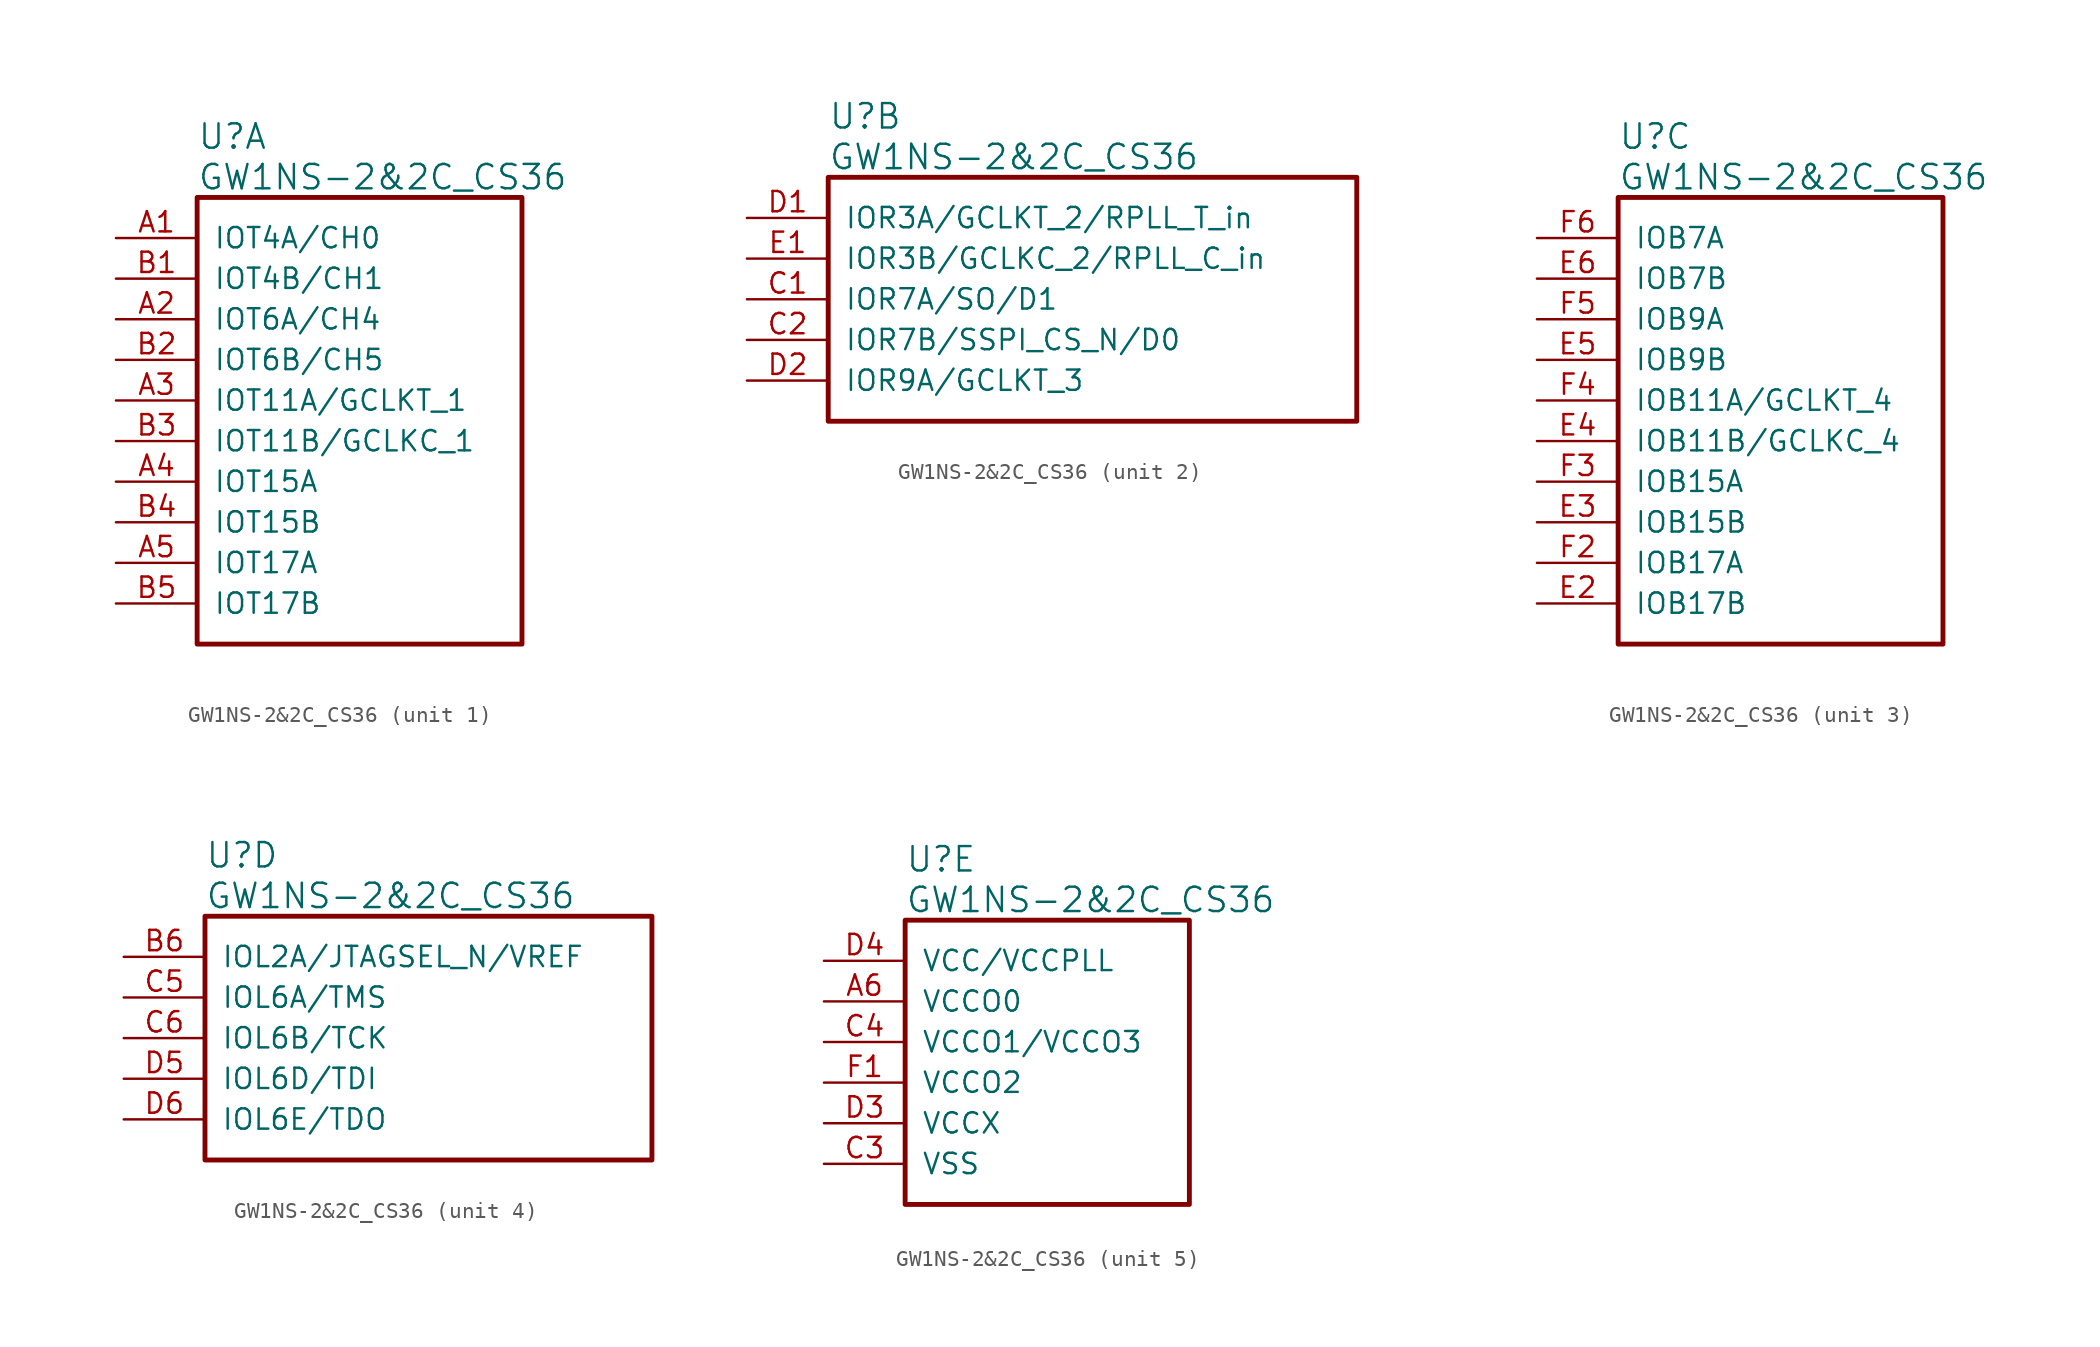
<source format=kicad_sym>
(kicad_symbol_lib
  (version 20220914)
  (generator kicad_symbol_editor)
  (symbol "GW1NS-2&2C_CS36"
    (pin_names
      (offset 1.016))
    (property "Reference" "U"
      (at 5.08 6.35 0)
      (effects (font (size 1.524 1.524)) (justify left)))
    (property "Value" "GW1NS-2&2C_CS36"
      (at 5.08 3.81 0)
      (effects (font (size 1.524 1.524)) (justify left)))
    (property "ki_locked" ""
      (at 0 0 0)
      (effects (font (size 1.27 1.27))))
    (symbol "GW1NS-2&2C_CS36_1_1"
      (rectangle (start 5.08 2.54) (end 25.4 -25.4) (stroke (width 0.305) (type solid)) (fill (type none)))
      (pin bidirectional line (at 0 0 0) (length 5.08) (name "IOT4A/CH0" (effects (font (size 1.27 1.27)))) (number "A1" (effects (font (size 1.27 1.27)))))
      (pin bidirectional line (at 0 -5.08 0) (length 5.08) (name "IOT6A/CH4" (effects (font (size 1.27 1.27)))) (number "A2" (effects (font (size 1.27 1.27)))))
      (pin bidirectional line (at 0 -10.16 0) (length 5.08) (name "IOT11A/GCLKT_1" (effects (font (size 1.27 1.27)))) (number "A3" (effects (font (size 1.27 1.27)))))
      (pin bidirectional line (at 0 -15.24 0) (length 5.08) (name "IOT15A" (effects (font (size 1.27 1.27)))) (number "A4" (effects (font (size 1.27 1.27)))))
      (pin bidirectional line (at 0 -20.32 0) (length 5.08) (name "IOT17A" (effects (font (size 1.27 1.27)))) (number "A5" (effects (font (size 1.27 1.27)))))
      (pin bidirectional line (at 0 -2.54 0) (length 5.08) (name "IOT4B/CH1" (effects (font (size 1.27 1.27)))) (number "B1" (effects (font (size 1.27 1.27)))))
      (pin bidirectional line (at 0 -7.62 0) (length 5.08) (name "IOT6B/CH5" (effects (font (size 1.27 1.27)))) (number "B2" (effects (font (size 1.27 1.27)))))
      (pin bidirectional line (at 0 -12.7 0) (length 5.08) (name "IOT11B/GCLKC_1" (effects (font (size 1.27 1.27)))) (number "B3" (effects (font (size 1.27 1.27)))))
      (pin bidirectional line (at 0 -17.78 0) (length 5.08) (name "IOT15B" (effects (font (size 1.27 1.27)))) (number "B4" (effects (font (size 1.27 1.27)))))
      (pin bidirectional line (at 0 -22.86 0) (length 5.08) (name "IOT17B" (effects (font (size 1.27 1.27)))) (number "B5" (effects (font (size 1.27 1.27))))))
    (symbol "GW1NS-2&2C_CS36_2_1"
      (rectangle (start 5.08 2.54) (end 38.1 -12.7) (stroke (width 0.305) (type solid)) (fill (type none)))
      (pin bidirectional line (at 0 -5.08 0) (length 5.08) (name "IOR7A/SO/D1" (effects (font (size 1.27 1.27)))) (number "C1" (effects (font (size 1.27 1.27)))))
      (pin bidirectional line (at 0 -7.62 0) (length 5.08) (name "IOR7B/SSPI_CS_N/D0" (effects (font (size 1.27 1.27)))) (number "C2" (effects (font (size 1.27 1.27)))))
      (pin bidirectional line (at 0 0 0) (length 5.08) (name "IOR3A/GCLKT_2/RPLL_T_in" (effects (font (size 1.27 1.27)))) (number "D1" (effects (font (size 1.27 1.27)))))
      (pin bidirectional line (at 0 -10.16 0) (length 5.08) (name "IOR9A/GCLKT_3" (effects (font (size 1.27 1.27)))) (number "D2" (effects (font (size 1.27 1.27)))))
      (pin bidirectional line (at 0 -2.54 0) (length 5.08) (name "IOR3B/GCLKC_2/RPLL_C_in" (effects (font (size 1.27 1.27)))) (number "E1" (effects (font (size 1.27 1.27))))))
    (symbol "GW1NS-2&2C_CS36_3_1"
      (rectangle (start 5.08 2.54) (end 25.4 -25.4) (stroke (width 0.305) (type solid)) (fill (type none)))
      (pin bidirectional line (at 0 -22.86 0) (length 5.08) (name "IOB17B" (effects (font (size 1.27 1.27)))) (number "E2" (effects (font (size 1.27 1.27)))))
      (pin bidirectional line (at 0 -17.78 0) (length 5.08) (name "IOB15B" (effects (font (size 1.27 1.27)))) (number "E3" (effects (font (size 1.27 1.27)))))
      (pin bidirectional line (at 0 -12.7 0) (length 5.08) (name "IOB11B/GCLKC_4" (effects (font (size 1.27 1.27)))) (number "E4" (effects (font (size 1.27 1.27)))))
      (pin bidirectional line (at 0 -7.62 0) (length 5.08) (name "IOB9B" (effects (font (size 1.27 1.27)))) (number "E5" (effects (font (size 1.27 1.27)))))
      (pin bidirectional line (at 0 -2.54 0) (length 5.08) (name "IOB7B" (effects (font (size 1.27 1.27)))) (number "E6" (effects (font (size 1.27 1.27)))))
      (pin bidirectional line (at 0 -20.32 0) (length 5.08) (name "IOB17A" (effects (font (size 1.27 1.27)))) (number "F2" (effects (font (size 1.27 1.27)))))
      (pin bidirectional line (at 0 -15.24 0) (length 5.08) (name "IOB15A" (effects (font (size 1.27 1.27)))) (number "F3" (effects (font (size 1.27 1.27)))))
      (pin bidirectional line (at 0 -10.16 0) (length 5.08) (name "IOB11A/GCLKT_4" (effects (font (size 1.27 1.27)))) (number "F4" (effects (font (size 1.27 1.27)))))
      (pin bidirectional line (at 0 -5.08 0) (length 5.08) (name "IOB9A" (effects (font (size 1.27 1.27)))) (number "F5" (effects (font (size 1.27 1.27)))))
      (pin bidirectional line (at 0 0 0) (length 5.08) (name "IOB7A" (effects (font (size 1.27 1.27)))) (number "F6" (effects (font (size 1.27 1.27))))))
    (symbol "GW1NS-2&2C_CS36_4_1"
      (rectangle (start 5.08 2.54) (end 33.02 -12.7) (stroke (width 0.305) (type solid)) (fill (type none)))
      (pin bidirectional line (at 0 0 0) (length 5.08) (name "IOL2A/JTAGSEL_N/VREF" (effects (font (size 1.27 1.27)))) (number "B6" (effects (font (size 1.27 1.27)))))
      (pin bidirectional line (at 0 -2.54 0) (length 5.08) (name "IOL6A/TMS" (effects (font (size 1.27 1.27)))) (number "C5" (effects (font (size 1.27 1.27)))))
      (pin bidirectional line (at 0 -5.08 0) (length 5.08) (name "IOL6B/TCK" (effects (font (size 1.27 1.27)))) (number "C6" (effects (font (size 1.27 1.27)))))
      (pin bidirectional line (at 0 -7.62 0) (length 5.08) (name "IOL6D/TDI" (effects (font (size 1.27 1.27)))) (number "D5" (effects (font (size 1.27 1.27)))))
      (pin bidirectional line (at 0 -10.16 0) (length 5.08) (name "IOL6E/TDO" (effects (font (size 1.27 1.27)))) (number "D6" (effects (font (size 1.27 1.27))))))
    (symbol "GW1NS-2&2C_CS36_5_1"
      (rectangle (start 5.08 2.54) (end 22.86 -15.24) (stroke (width 0.305) (type solid)) (fill (type none)))
      (pin power_in line (at 0 -2.54 0) (length 5.08) (name "VCCO0" (effects (font (size 1.27 1.27)))) (number "A6" (effects (font (size 1.27 1.27)))))
      (pin power_in line (at 0 -12.7 0) (length 5.08) (name "VSS" (effects (font (size 1.27 1.27)))) (number "C3" (effects (font (size 1.27 1.27)))))
      (pin power_in line (at 0 -5.08 0) (length 5.08) (name "VCCO1/VCCO3" (effects (font (size 1.27 1.27)))) (number "C4" (effects (font (size 1.27 1.27)))))
      (pin power_in line (at 0 -10.16 0) (length 5.08) (name "VCCX" (effects (font (size 1.27 1.27)))) (number "D3" (effects (font (size 1.27 1.27)))))
      (pin power_in line (at 0 0 0) (length 5.08) (name "VCC/VCCPLL" (effects (font (size 1.27 1.27)))) (number "D4" (effects (font (size 1.27 1.27)))))
      (pin power_in line (at 0 -7.62 0) (length 5.08) (name "VCCO2" (effects (font (size 1.27 1.27)))) (number "F1" (effects (font (size 1.27 1.27))))))))
</source>
